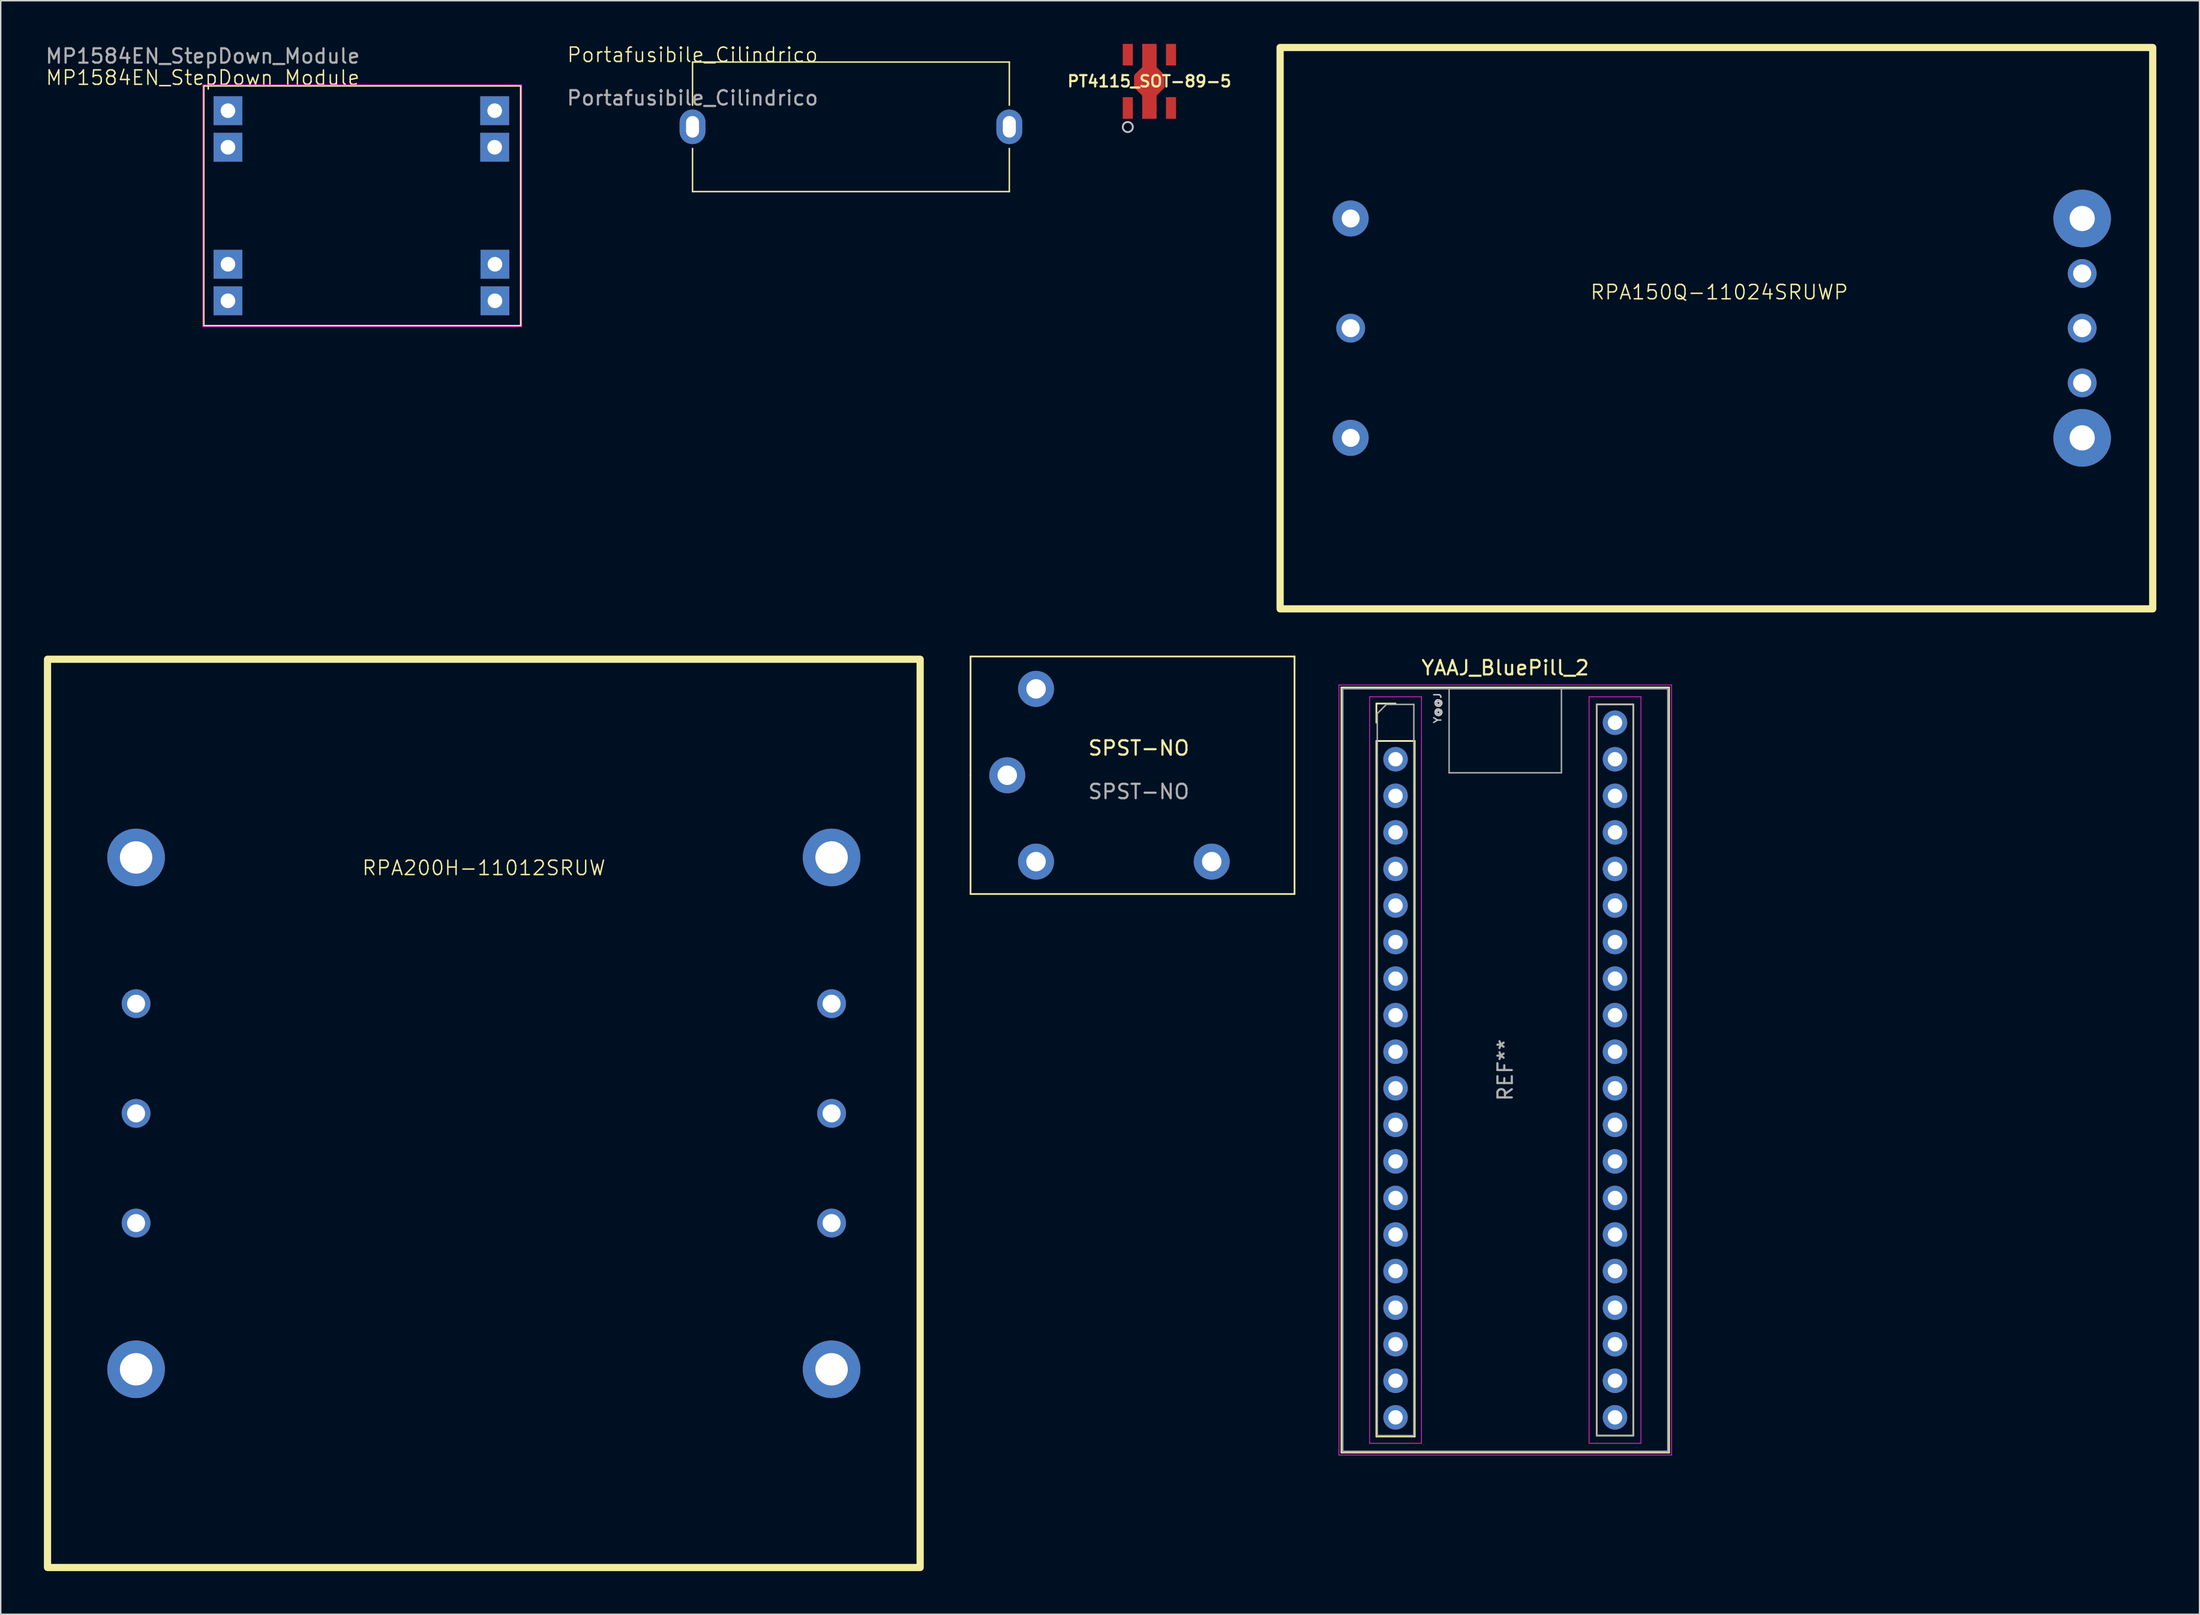
<source format=kicad_pcb>
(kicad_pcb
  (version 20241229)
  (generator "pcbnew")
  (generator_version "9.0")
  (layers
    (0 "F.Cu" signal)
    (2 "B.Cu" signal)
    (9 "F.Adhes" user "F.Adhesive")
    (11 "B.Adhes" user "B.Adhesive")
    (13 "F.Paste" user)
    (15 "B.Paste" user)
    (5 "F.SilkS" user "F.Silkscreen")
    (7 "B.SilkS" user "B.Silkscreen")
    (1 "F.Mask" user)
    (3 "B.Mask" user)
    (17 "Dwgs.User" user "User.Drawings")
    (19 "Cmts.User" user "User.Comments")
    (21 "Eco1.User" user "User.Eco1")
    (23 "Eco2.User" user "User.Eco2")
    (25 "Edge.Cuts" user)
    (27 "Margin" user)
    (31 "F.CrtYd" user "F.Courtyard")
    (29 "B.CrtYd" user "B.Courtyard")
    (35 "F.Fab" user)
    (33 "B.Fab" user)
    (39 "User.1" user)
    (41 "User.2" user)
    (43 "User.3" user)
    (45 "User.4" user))
  (footprint "RPA200H-11012SRUW"
    (layer "F.Cu")
    (at 0.25 42.75)
    (property "Reference" "RPA200H-11012SRUW" (at 30.3 14.5 0) (unlocked yes) (layer "F.SilkS") (effects (font (size 1 1) (thickness 0.1))))
    (attr through_hole)
    (fp_rect (start 0 0) (end 60.6 63.1) (stroke (width 0.5) (type default)) (fill no) (layer "F.SilkS"))
    (pad "1" thru_hole circle (at 6.15 13.77) (size 4 4) (drill 2.25) (layers "*.Cu" "*.Mask") (remove_unused_layers yes) (keep_end_layers yes) (zone_layer_connections))
    (pad "2" thru_hole circle (at 6.15 23.93) (size 2 2) (drill 1.25) (layers "*.Cu" "*.Mask"))
    (pad "3" thru_hole circle (at 6.15 31.55) (size 2 2) (drill 1.25) (layers "*.Cu" "*.Mask"))
    (pad "4" thru_hole circle (at 6.15 39.17) (size 2 2) (drill 1.25) (layers "*.Cu" "*.Mask"))
    (pad "5" thru_hole circle (at 6.15 49.33) (size 4 4) (drill 2.25) (layers "*.Cu" "*.Mask"))
    (pad "6" thru_hole circle (at 54.45 49.33) (size 4 4) (drill 2.25) (layers "*.Cu" "*.Mask"))
    (pad "7" thru_hole circle (at 54.45 39.17) (size 2 2) (drill 1.25) (layers "*.Cu" "*.Mask"))
    (pad "8" thru_hole circle (at 54.45 31.55) (size 2 2) (drill 1.25) (layers "*.Cu" "*.Mask"))
    (pad "9" thru_hole circle (at 54.45 23.93) (size 2 2) (drill 1.25) (layers "*.Cu" "*.Mask"))
    (pad "10" thru_hole circle (at 54.45 13.77) (size 4 4) (drill 2.25) (layers "*.Cu" "*.Mask")))
  (footprint "RPA150Q-11024SRUWP"
    (layer "F.Cu")
    (at 85.848 0.25)
    (property "Reference" "RPA150Q-11024SRUWP" (at 30.5 17 0) (unlocked yes) (layer "F.SilkS") (effects (font (size 1 1) (thickness 0.1))))
    (attr through_hole)
    (fp_rect (start 0 0) (end 60.6 39) (stroke (width 0.5) (type default)) (fill no) (layer "F.SilkS"))
    (pad "1" thru_hole circle (at 4.9 27.12) (size 2.5 2.5) (drill 1.25) (layers "*.Cu" "*.Mask"))
    (pad "2" thru_hole circle (at 4.9 19.5) (size 2 2) (drill 1.25) (layers "*.Cu" "*.Mask"))
    (pad "3" thru_hole circle (at 4.9 11.88) (size 2.5 2.5) (drill 1.25) (layers "*.Cu" "*.Mask"))
    (pad "4" thru_hole circle (at 55.7 11.88) (size 4 4) (drill 1.75) (layers "*.Cu" "*.Mask"))
    (pad "5" thru_hole circle (at 55.7 15.7) (size 2 2) (drill 1.25) (layers "*.Cu" "*.Mask"))
    (pad "6" thru_hole circle (at 55.7 19.5) (size 2 2) (drill 1.25) (layers "*.Cu" "*.Mask"))
    (pad "7" thru_hole circle (at 55.7 23.3) (size 2 2) (drill 1.25) (layers "*.Cu" "*.Mask"))
    (pad "8" thru_hole circle (at 55.7 27.12) (size 4 4) (drill 1.75) (layers "*.Cu" "*.Mask")))
  (footprint "YAAJ_BluePill_2"
    (layer "F.Cu")
    (at 93.865 47.158)
    (property "Reference" "YAAJ_BluePill_2" (at 7.62 -3.81 0) (layer "F.SilkS") (effects (font (size 1 1) (thickness 0.15))))
    (attr through_hole)
    (fp_line (start -3.755 -2.445) (end 18.995 -2.445) (stroke (width 0.12) (type solid)) (layer "F.SilkS"))
    (fp_line (start -3.755 50.705) (end -3.755 -2.445) (stroke (width 0.12) (type solid)) (layer "F.SilkS"))
    (fp_line (start -1.33 -1.33) (end 0 -1.33) (stroke (width 0.12) (type solid)) (layer "F.SilkS"))
    (fp_line (start -1.33 0) (end -1.33 -1.33) (stroke (width 0.12) (type solid)) (layer "F.SilkS"))
    (fp_line (start -1.33 1.27) (end 1.33 1.27) (stroke (width 0.12) (type solid)) (layer "F.SilkS"))
    (fp_line (start -1.33 49.59) (end -1.33 1.27) (stroke (width 0.12) (type solid)) (layer "F.SilkS"))
    (fp_line (start 1.33 1.27) (end 1.33 49.59) (stroke (width 0.12) (type solid)) (layer "F.SilkS"))
    (fp_line (start 1.33 49.59) (end -1.33 49.59) (stroke (width 0.12) (type solid)) (layer "F.SilkS"))
    (fp_line (start 13.97 -1.27) (end 16.51 -1.27) (stroke (width 0.12) (type solid)) (layer "F.SilkS"))
    (fp_line (start 13.97 49.53) (end 13.97 -1.27) (stroke (width 0.12) (type solid)) (layer "F.SilkS"))
    (fp_line (start 16.51 -1.27) (end 16.51 49.53) (stroke (width 0.12) (type solid)) (layer "F.SilkS"))
    (fp_line (start 16.51 49.53) (end 13.97 49.53) (stroke (width 0.12) (type solid)) (layer "F.SilkS"))
    (fp_line (start 18.995 -2.445) (end 18.995 50.705) (stroke (width 0.12) (type solid)) (layer "F.SilkS"))
    (fp_line (start 18.995 50.705) (end -3.755 50.705) (stroke (width 0.12) (type solid)) (layer "F.SilkS"))
    (fp_line (start -3.93 -2.62) (end 19.17 -2.62) (stroke (width 0.05) (type solid)) (layer "F.CrtYd"))
    (fp_line (start -3.93 50.88) (end -3.93 -2.62) (stroke (width 0.05) (type solid)) (layer "F.CrtYd"))
    (fp_line (start -1.8 -1.8) (end -1.8 50.06) (stroke (width 0.05) (type solid)) (layer "F.CrtYd"))
    (fp_line (start -1.8 50.06) (end 1.8 50.06) (stroke (width 0.05) (type solid)) (layer "F.CrtYd"))
    (fp_line (start 1.8 -1.8) (end -1.8 -1.8) (stroke (width 0.05) (type solid)) (layer "F.CrtYd"))
    (fp_line (start 1.8 -1.8) (end 1.8 45.72) (stroke (width 0.05) (type solid)) (layer "F.CrtYd"))
    (fp_line (start 1.8 45.72) (end 1.8 50.06) (stroke (width 0.05) (type solid)) (layer "F.CrtYd"))
    (fp_line (start 13.44 -1.8) (end 13.44 45.72) (stroke (width 0.05) (type solid)) (layer "F.CrtYd"))
    (fp_line (start 13.44 -1.8) (end 17.04 -1.8) (stroke (width 0.05) (type solid)) (layer "F.CrtYd"))
    (fp_line (start 13.44 45.72) (end 13.44 50.06) (stroke (width 0.05) (type solid)) (layer "F.CrtYd"))
    (fp_line (start 17.04 -1.8) (end 17.04 50.06) (stroke (width 0.05) (type solid)) (layer "F.CrtYd"))
    (fp_line (start 17.04 50.06) (end 13.44 50.06) (stroke (width 0.05) (type solid)) (layer "F.CrtYd"))
    (fp_line (start 19.17 -2.62) (end 19.17 50.88) (stroke (width 0.05) (type solid)) (layer "F.CrtYd"))
    (fp_line (start 19.17 50.88) (end -3.93 50.88) (stroke (width 0.05) (type solid)) (layer "F.CrtYd"))
    (fp_line (start -3.68 -2.37) (end 18.92 -2.37) (stroke (width 0.12) (type solid)) (layer "F.Fab"))
    (fp_line (start -3.68 50.63) (end -3.68 -2.32) (stroke (width 0.12) (type solid)) (layer "F.Fab"))
    (fp_line (start -3.68 50.63) (end 18.92 50.63) (stroke (width 0.12) (type solid)) (layer "F.Fab"))
    (fp_line (start -1.27 -0.635) (end -0.635 -1.27) (stroke (width 0.1) (type solid)) (layer "F.Fab"))
    (fp_line (start -1.27 49.53) (end -1.27 -0.635) (stroke (width 0.1) (type solid)) (layer "F.Fab"))
    (fp_line (start -0.635 -1.27) (end 1.27 -1.27) (stroke (width 0.1) (type solid)) (layer "F.Fab"))
    (fp_line (start 1.27 -1.27) (end 1.27 49.53) (stroke (width 0.1) (type solid)) (layer "F.Fab"))
    (fp_line (start 1.27 49.53) (end -1.27 49.53) (stroke (width 0.1) (type solid)) (layer "F.Fab"))
    (fp_line (start 3.72 3.48) (end 3.72 -2.32) (stroke (width 0.1) (type solid)) (layer "F.Fab"))
    (fp_line (start 3.72 3.48) (end 11.52 3.48) (stroke (width 0.1) (type solid)) (layer "F.Fab"))
    (fp_line (start 11.52 3.48) (end 11.52 -2.32) (stroke (width 0.1) (type solid)) (layer "F.Fab"))
    (fp_line (start 13.97 -1.27) (end 16.51 -1.27) (stroke (width 0.1) (type solid)) (layer "F.Fab"))
    (fp_line (start 13.97 49.53) (end 13.97 -1.27) (stroke (width 0.1) (type solid)) (layer "F.Fab"))
    (fp_line (start 16.51 -1.27) (end 16.51 49.53) (stroke (width 0.1) (type solid)) (layer "F.Fab"))
    (fp_line (start 16.51 49.53) (end 13.97 49.53) (stroke (width 0.1) (type solid)) (layer "F.Fab"))
    (fp_line (start 18.92 -2.37) (end 18.92 50.63) (stroke (width 0.12) (type solid)) (layer "F.Fab"))
    (fp_text user "Y@@J" (at 2.921 -1.016 90) (unlocked yes) (layer "Dwgs.User") (effects (font (size 0.5 0.5) (thickness 0.1))))
    (fp_text user "REF**" (at 7.62 24.13 90) (layer "F.Fab") (effects (font (size 1 1) (thickness 0.15))))
    (pad "2" thru_hole circle (at 0 2.54) (size 1.7 1.7) (drill 1) (layers "*.Cu" "*.Mask"))
    (pad "3" thru_hole circle (at 0 5.08) (size 1.7 1.7) (drill 1) (layers "*.Cu" "*.Mask"))
    (pad "4" thru_hole circle (at 0 7.62) (size 1.7 1.7) (drill 1) (layers "*.Cu" "*.Mask"))
    (pad "5" thru_hole circle (at 0 10.16) (size 1.7 1.7) (drill 1) (layers "*.Cu" "*.Mask"))
    (pad "6" thru_hole circle (at 0 12.7) (size 1.7 1.7) (drill 1) (layers "*.Cu" "*.Mask"))
    (pad "7" thru_hole circle (at 0 15.24) (size 1.7 1.7) (drill 1) (layers "*.Cu" "*.Mask"))
    (pad "8" thru_hole circle (at 0 17.78) (size 1.7 1.7) (drill 1) (layers "*.Cu" "*.Mask"))
    (pad "9" thru_hole circle (at 0 20.32) (size 1.7 1.7) (drill 1) (layers "*.Cu" "*.Mask"))
    (pad "10" thru_hole circle (at 0 22.86) (size 1.7 1.7) (drill 1) (layers "*.Cu" "*.Mask"))
    (pad "11" thru_hole circle (at 0 25.4) (size 1.7 1.7) (drill 1) (layers "*.Cu" "*.Mask"))
    (pad "12" thru_hole circle (at 0 27.94) (size 1.7 1.7) (drill 1) (layers "*.Cu" "*.Mask"))
    (pad "13" thru_hole circle (at 0 30.48) (size 1.7 1.7) (drill 1) (layers "*.Cu" "*.Mask"))
    (pad "14" thru_hole circle (at 0 33.02) (size 1.7 1.7) (drill 1) (layers "*.Cu" "*.Mask"))
    (pad "15" thru_hole circle (at 0 35.56) (size 1.7 1.7) (drill 1) (layers "*.Cu" "*.Mask"))
    (pad "16" thru_hole circle (at 0 38.1) (size 1.7 1.7) (drill 1) (layers "*.Cu" "*.Mask"))
    (pad "17" thru_hole circle (at 0 40.64) (size 1.7 1.7) (drill 1) (layers "*.Cu" "*.Mask"))
    (pad "18" thru_hole circle (at 0 43.18) (size 1.7 1.7) (drill 1) (layers "*.Cu" "*.Mask"))
    (pad "19" thru_hole circle (at 0 45.72) (size 1.7 1.7) (drill 1) (layers "*.Cu" "*.Mask"))
    (pad "20" thru_hole circle (at 0 48.26) (size 1.7 1.7) (drill 1) (layers "*.Cu" "*.Mask"))
    (pad "21" thru_hole circle (at 15.24 48.26) (size 1.7 1.7) (drill 1) (layers "*.Cu" "*.Mask"))
    (pad "22" thru_hole circle (at 15.24 45.72) (size 1.7 1.7) (drill 1) (layers "*.Cu" "*.Mask"))
    (pad "23" thru_hole circle (at 15.24 43.18) (size 1.7 1.7) (drill 1) (layers "*.Cu" "*.Mask"))
    (pad "24" thru_hole circle (at 15.24 40.64) (size 1.7 1.7) (drill 1) (layers "*.Cu" "*.Mask"))
    (pad "25" thru_hole circle (at 15.24 38.1) (size 1.7 1.7) (drill 1) (layers "*.Cu" "*.Mask"))
    (pad "26" thru_hole circle (at 15.24 35.56) (size 1.7 1.7) (drill 1) (layers "*.Cu" "*.Mask"))
    (pad "27" thru_hole circle (at 15.24 33.02) (size 1.7 1.7) (drill 1) (layers "*.Cu" "*.Mask"))
    (pad "28" thru_hole circle (at 15.24 30.48) (size 1.7 1.7) (drill 1) (layers "*.Cu" "*.Mask"))
    (pad "29" thru_hole circle (at 15.24 27.94) (size 1.7 1.7) (drill 1) (layers "*.Cu" "*.Mask"))
    (pad "30" thru_hole circle (at 15.24 25.4) (size 1.7 1.7) (drill 1) (layers "*.Cu" "*.Mask"))
    (pad "31" thru_hole circle (at 15.24 22.86) (size 1.7 1.7) (drill 1) (layers "*.Cu" "*.Mask"))
    (pad "32" thru_hole circle (at 15.24 20.32) (size 1.7 1.7) (drill 1) (layers "*.Cu" "*.Mask"))
    (pad "33" thru_hole circle (at 15.24 17.78) (size 1.7 1.7) (drill 1) (layers "*.Cu" "*.Mask"))
    (pad "34" thru_hole circle (at 15.24 15.24) (size 1.7 1.7) (drill 1) (layers "*.Cu" "*.Mask"))
    (pad "35" thru_hole circle (at 15.24 12.7) (size 1.7 1.7) (drill 1) (layers "*.Cu" "*.Mask"))
    (pad "36" thru_hole circle (at 15.24 10.16) (size 1.7 1.7) (drill 1) (layers "*.Cu" "*.Mask"))
    (pad "37" thru_hole circle (at 15.24 7.62) (size 1.7 1.7) (drill 1) (layers "*.Cu" "*.Mask"))
    (pad "38" thru_hole circle (at 15.24 5.08) (size 1.7 1.7) (drill 1) (layers "*.Cu" "*.Mask"))
    (pad "39" thru_hole circle (at 15.24 2.54) (size 1.7 1.7) (drill 1) (layers "*.Cu" "*.Mask"))
    (pad "40" thru_hole circle (at 15.24 0) (size 1.7 1.7) (drill 1) (layers "*.Cu" "*.Mask")))
  (footprint "SPST-NO"
    (layer "F.Cu")
    (at 64.35 59.06)
    (property "Reference" "SPST-NO" (at 11.684 -10.136 0) (unlocked yes) (layer "F.SilkS") (effects (font (size 1 1) (thickness 0.15))))
    (attr through_hole)
    (fp_line (start 0 -16.5) (end 22.5 -16.5) (stroke (width 0.12) (type default)) (layer "F.SilkS"))
    (fp_line (start 0 -8.25) (end 0 -16.5) (stroke (width 0.12) (type default)) (layer "F.SilkS"))
    (fp_line (start 0 0) (end 0 -8.25) (stroke (width 0.12) (type default)) (layer "F.SilkS"))
    (fp_line (start 0 0) (end 22.5 0) (stroke (width 0.12) (type default)) (layer "F.SilkS"))
    (fp_line (start 22.5 0) (end 22.5 -16.5) (stroke (width 0.12) (type default)) (layer "F.SilkS"))
    (fp_text user "${REFERENCE}" (at 11.684 -7.112 0) (unlocked yes) (layer "F.Fab") (effects (font (size 1 1) (thickness 0.15))))
    (pad "1" thru_hole circle (at 2.55 -8.25) (size 2.5 2.5) (drill 1.35) (layers "*.Cu" "*.Mask"))
    (pad "2" thru_hole circle (at 4.55 -14.25) (size 2.5 2.5) (drill 1.35) (layers "*.Cu" "*.Mask"))
    (pad "3" thru_hole circle (at 16.75 -2.25) (size 2.5 2.5) (drill 1.35) (layers "*.Cu" "*.Mask"))
    (pad "5" thru_hole circle (at 4.55 -2.25) (size 2.5 2.5) (drill 1.35) (layers "*.Cu" "*.Mask")))
  (footprint "Portafusibile_Cilindrico"
    (layer "F.Cu")
    (at 45.044 1.26)
    (property "Reference" "Portafusibile_Cilindrico" (at 0 -0.5 0) (unlocked yes) (layer "F.SilkS") (effects (font (size 1 1) (thickness 0.1))))
    (attr through_hole)
    (fp_line (start 0 0) (end 0 3) (stroke (width 0.1) (type default)) (layer "F.SilkS"))
    (fp_line (start 0 0) (end 22 0) (stroke (width 0.1) (type default)) (layer "F.SilkS"))
    (fp_line (start 0 6) (end 0 9) (stroke (width 0.1) (type default)) (layer "F.SilkS"))
    (fp_line (start 0 9) (end 22 9) (stroke (width 0.1) (type default)) (layer "F.SilkS"))
    (fp_line (start 22 0) (end 22 3) (stroke (width 0.1) (type default)) (layer "F.SilkS"))
    (fp_line (start 22 6) (end 22 9) (stroke (width 0.1) (type default)) (layer "F.SilkS"))
    (fp_text user "${REFERENCE}" (at 0 2.5 0) (unlocked yes) (layer "F.Fab") (effects (font (size 1 1) (thickness 0.15))))
    (pad "1" thru_hole oval (at 0 4.5) (size 1.8 2.4) (drill oval 0.9 1.5) (layers "*.Cu" "*.Mask"))
    (pad "2" thru_hole oval (at 22 4.5) (size 1.8 2.4) (drill oval 0.9 1.5) (layers "*.Cu" "*.Mask")))
  (footprint "PT4115_SOT-89-5"
    (layer "F.Cu")
    (at 76.771 2.6)
    (property "Reference" "PT4115_SOT-89-5" (at 0 0 0) (layer "F.SilkS") (effects (font (size 0.787 0.787) (thickness 0.15))))
    (attr smd)
    (fp_poly (pts (xy -1 -0.4) (xy -1 0.4) (xy 0 1.4) (xy 1 0.4) (xy 1 -0.4) (xy 0 -1.4)) (stroke (width 0.127) (type solid)) (fill yes) (layer "F.Mask"))
    (fp_circle (center -1.5 3.175) (end -1.15 3.175) (stroke (width 0.127) (type solid)) (fill no) (layer "Dwgs.User"))
    (pad "1" smd rect (at -1.5 1.85) (size 0.7 1.5) (layers "F.Cu" "F.Mask" "F.Paste"))
    (pad "2" smd custom (at 0 0) (size 1 5.2) (layers "F.Cu" "F.Mask" "F.Paste") (options (anchor rect)) (primitives (gr_poly (pts (xy -1 -0.4) (xy -1 0.4) (xy 0 1.4) (xy 1 0.4) (xy 1 -0.4) (xy 0 -1.4)) (width 0.127) (fill yes))))
    (pad "3" smd rect (at 1.5 1.85) (size 0.7 1.5) (layers "F.Cu" "F.Mask" "F.Paste"))
    (pad "4" smd rect (at 1.5 -1.85) (size 0.7 1.5) (layers "F.Cu" "F.Mask" "F.Paste"))
    (pad "5" smd rect (at -1.5 -1.85) (size 0.7 1.5) (layers "F.Cu" "F.Mask" "F.Paste")))
  (footprint "MP1584EN_StepDown_Module"
    (layer "F.Cu")
    (at 11.03 2.848)
    (property "Reference" "MP1584EN_StepDown_Module" (at 0 -0.5 0) (unlocked yes) (layer "F.SilkS") (effects (font (size 1 1) (thickness 0.1))))
    (attr through_hole)
    (fp_rect (start 0.075 0.075) (end 22.075 16.725) (stroke (width 0.1) (type default)) (fill no) (layer "F.SilkS"))
    (fp_rect (start 0 0) (end 22.15 16.8) (stroke (width 0.05) (type default)) (fill no) (layer "F.CrtYd"))
    (fp_text user "${REFERENCE}" (at 0 -2 0) (unlocked yes) (layer "F.Fab") (effects (font (size 1 1) (thickness 0.15))))
    (pad "1" thru_hole rect (at 1.75 12.46) (size 2 2) (drill 1.016) (layers "*.Cu" "*.Mask"))
    (pad "1" thru_hole rect (at 1.75 15) (size 2 2) (drill 1.016) (layers "*.Cu" "*.Mask"))
    (pad "2" thru_hole rect (at 1.75 1.792) (size 2 2) (drill 1.016) (layers "*.Cu" "*.Mask"))
    (pad "2" thru_hole rect (at 1.75 4.332) (size 2 2) (drill 1.016) (layers "*.Cu" "*.Mask"))
    (pad "3" thru_hole rect (at 20.292 12.46) (size 2 2) (drill 1.016) (layers "*.Cu" "*.Mask"))
    (pad "3" thru_hole rect (at 20.292 15) (size 2 2) (drill 1.016) (layers "*.Cu" "*.Mask"))
    (pad "4" thru_hole rect (at 20.274 1.792) (size 2 2) (drill 1.016) (layers "*.Cu" "*.Mask"))
    (pad "4" thru_hole rect (at 20.274 4.332) (size 2 2) (drill 1.016) (layers "*.Cu" "*.Mask")))
  (gr_rect
    (start -3 -3)
    (end 149.698 109.1)
    (stroke (width 0.1) (type default))
    (fill no)
    (layer "Edge.Cuts")))
</source>
